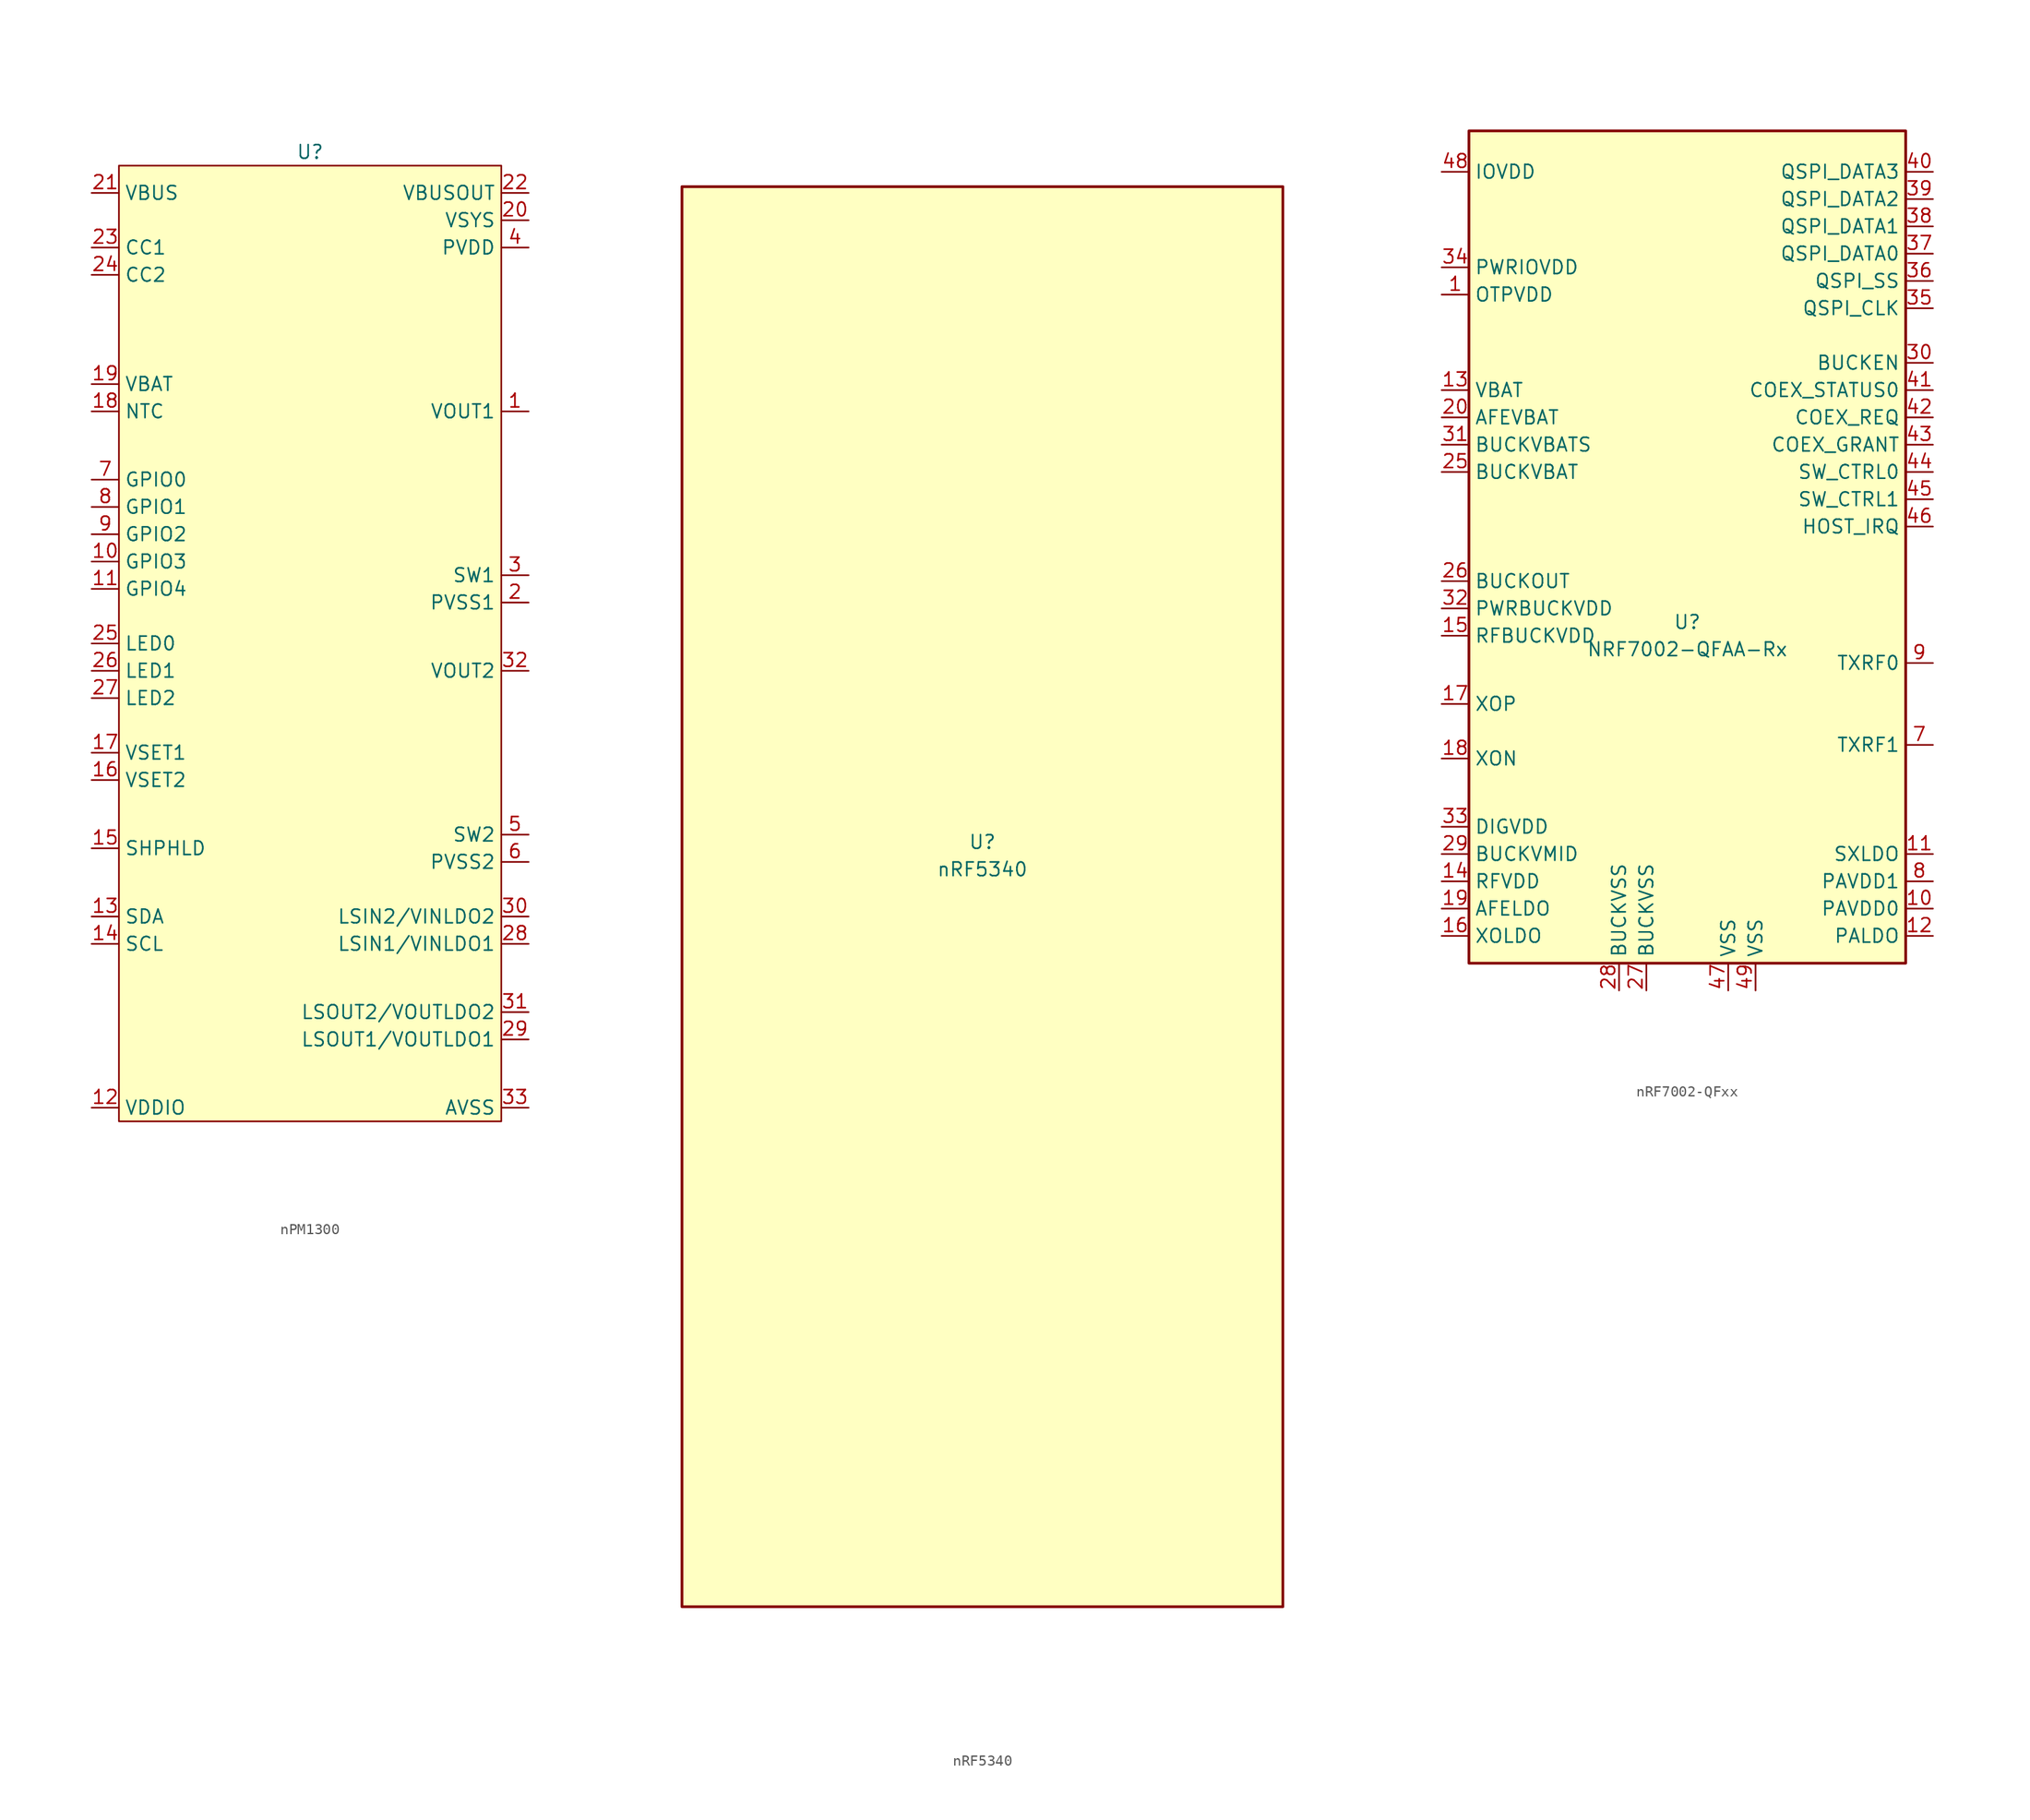
<source format=kicad_sym>
(kicad_symbol_lib
  (version 20231120)
  (generator "kicad_symbol_editor")
  (generator_version "8.0")
  (symbol "nPM1300"
    (property "Reference" "U"
      (at 0 45.72 0)
      (effects (font (size 1.27 1.27))))
    (property "Value" ""
      (at -0.254 45.974 0)
      (effects (font (size 1.27 1.27))))
    (symbol "nPM1300_1_1"
      (rectangle (start -17.78 44.45) (end 17.78 -44.45) (stroke (width 0) (type default)) (fill (type background)))
      (pin power_out line (at 20.32 21.59 180) (length 2.54) (name "VOUT1" (effects (font (size 1.27 1.27)))) (number "1" (effects (font (size 1.27 1.27)))))
      (pin bidirectional line (at -20.32 7.62 0) (length 2.54) (name "GPIO3" (effects (font (size 1.27 1.27)))) (number "10" (effects (font (size 1.27 1.27)))))
      (pin bidirectional line (at -20.32 5.08 0) (length 2.54) (name "GPIO4" (effects (font (size 1.27 1.27)))) (number "11" (effects (font (size 1.27 1.27)))))
      (pin power_in line (at -20.32 -43.18 0) (length 2.54) (name "VDDIO" (effects (font (size 1.27 1.27)))) (number "12" (effects (font (size 1.27 1.27)))))
      (pin bidirectional line (at -20.32 -25.4 0) (length 2.54) (name "SDA" (effects (font (size 1.27 1.27)))) (number "13" (effects (font (size 1.27 1.27)))))
      (pin bidirectional line (at -20.32 -27.94 0) (length 2.54) (name "SCL" (effects (font (size 1.27 1.27)))) (number "14" (effects (font (size 1.27 1.27)))))
      (pin bidirectional line (at -20.32 -19.05 0) (length 2.54) (name "SHPHLD" (effects (font (size 1.27 1.27)))) (number "15" (effects (font (size 1.27 1.27)))))
      (pin passive line (at -20.32 -12.7 0) (length 2.54) (name "VSET2" (effects (font (size 1.27 1.27)))) (number "16" (effects (font (size 1.27 1.27)))))
      (pin passive line (at -20.32 -10.16 0) (length 2.54) (name "VSET1" (effects (font (size 1.27 1.27)))) (number "17" (effects (font (size 1.27 1.27)))))
      (pin passive line (at -20.32 21.59 0) (length 2.54) (name "NTC" (effects (font (size 1.27 1.27)))) (number "18" (effects (font (size 1.27 1.27)))))
      (pin passive line (at -20.32 24.13 0) (length 2.54) (name "VBAT" (effects (font (size 1.27 1.27)))) (number "19" (effects (font (size 1.27 1.27)))))
      (pin passive line (at 20.32 3.81 180) (length 2.54) (name "PVSS1" (effects (font (size 1.27 1.27)))) (number "2" (effects (font (size 1.27 1.27)))))
      (pin power_in line (at 20.32 39.37 180) (length 2.54) (name "VSYS" (effects (font (size 1.27 1.27)))) (number "20" (effects (font (size 1.27 1.27)))))
      (pin power_in line (at -20.32 41.91 0) (length 2.54) (name "VBUS" (effects (font (size 1.27 1.27)))) (number "21" (effects (font (size 1.27 1.27)))))
      (pin power_out line (at 20.32 41.91 180) (length 2.54) (name "VBUSOUT" (effects (font (size 1.27 1.27)))) (number "22" (effects (font (size 1.27 1.27)))))
      (pin bidirectional line (at -20.32 36.83 0) (length 2.54) (name "CC1" (effects (font (size 1.27 1.27)))) (number "23" (effects (font (size 1.27 1.27)))))
      (pin bidirectional line (at -20.32 34.29 0) (length 2.54) (name "CC2" (effects (font (size 1.27 1.27)))) (number "24" (effects (font (size 1.27 1.27)))))
      (pin bidirectional line (at -20.32 0 0) (length 2.54) (name "LED0" (effects (font (size 1.27 1.27)))) (number "25" (effects (font (size 1.27 1.27)))))
      (pin bidirectional line (at -20.32 -2.54 0) (length 2.54) (name "LED1" (effects (font (size 1.27 1.27)))) (number "26" (effects (font (size 1.27 1.27)))))
      (pin bidirectional line (at -20.32 -5.08 0) (length 2.54) (name "LED2" (effects (font (size 1.27 1.27)))) (number "27" (effects (font (size 1.27 1.27)))))
      (pin power_in line (at 20.32 -27.94 180) (length 2.54) (name "LSIN1/VINLDO1" (effects (font (size 1.27 1.27)))) (number "28" (effects (font (size 1.27 1.27)))))
      (pin power_out line (at 20.32 -36.83 180) (length 2.54) (name "LSOUT1/VOUTLDO1" (effects (font (size 1.27 1.27)))) (number "29" (effects (font (size 1.27 1.27)))))
      (pin passive line (at 20.32 6.35 180) (length 2.54) (name "SW1" (effects (font (size 1.27 1.27)))) (number "3" (effects (font (size 1.27 1.27)))))
      (pin power_in line (at 20.32 -25.4 180) (length 2.54) (name "LSIN2/VINLDO2" (effects (font (size 1.27 1.27)))) (number "30" (effects (font (size 1.27 1.27)))))
      (pin power_out line (at 20.32 -34.29 180) (length 2.54) (name "LSOUT2/VOUTLDO2" (effects (font (size 1.27 1.27)))) (number "31" (effects (font (size 1.27 1.27)))))
      (pin power_out line (at 20.32 -2.54 180) (length 2.54) (name "VOUT2" (effects (font (size 1.27 1.27)))) (number "32" (effects (font (size 1.27 1.27)))))
      (pin power_in line (at 20.32 -43.18 180) (length 2.54) (name "AVSS" (effects (font (size 1.27 1.27)))) (number "33" (effects (font (size 1.27 1.27)))))
      (pin power_in line (at 20.32 36.83 180) (length 2.54) (name "PVDD" (effects (font (size 1.27 1.27)))) (number "4" (effects (font (size 1.27 1.27)))))
      (pin passive line (at 20.32 -17.78 180) (length 2.54) (name "SW2" (effects (font (size 1.27 1.27)))) (number "5" (effects (font (size 1.27 1.27)))))
      (pin power_in line (at 20.32 -20.32 180) (length 2.54) (name "PVSS2" (effects (font (size 1.27 1.27)))) (number "6" (effects (font (size 1.27 1.27)))))
      (pin bidirectional line (at -20.32 15.24 0) (length 2.54) (name "GPIO0" (effects (font (size 1.27 1.27)))) (number "7" (effects (font (size 1.27 1.27)))))
      (pin bidirectional line (at -20.32 12.7 0) (length 2.54) (name "GPIO1" (effects (font (size 1.27 1.27)))) (number "8" (effects (font (size 1.27 1.27)))))
      (pin bidirectional line (at -20.32 10.16 0) (length 2.54) (name "GPIO2" (effects (font (size 1.27 1.27)))) (number "9" (effects (font (size 1.27 1.27)))))))
  (symbol "nRF5340"
    (property "Reference" "U"
      (at 0 5.08 0)
      (effects (font (size 1.27 1.27))))
    (property "Value" "nRF5340"
      (at 0 2.54 0)
      (effects (font (size 1.27 1.27))))
    (symbol "nRF5340_0_1"
      (rectangle (start -27.94 66.04) (end 27.94 -66.04) (stroke (width 0.254) (type default)) (fill (type background)))))
  (symbol "nRF7002-QFxx"
    (property "Reference" "U"
      (at 0 -5.08 0)
      (effects (font (size 1.27 1.27))))
    (property "Value" "NRF7002-QFAA-Rx"
      (at 0 -7.62 0)
      (effects (font (size 1.27 1.27))))
    (symbol "nRF7002-QFxx_0_1"
      (rectangle (start -20.32 40.64) (end 20.32 -36.83) (stroke (width 0.254) (type default)) (fill (type background))))
    (symbol "nRF7002-QFxx_1_1"
      (pin input line (at -22.86 25.4 0) (length 2.54) (name "OTPVDD" (effects (font (size 1.27 1.27)))) (number "1" (effects (font (size 1.27 1.27)))))
      (pin input line (at 22.86 -31.75 180) (length 2.54) (name "PAVDD0" (effects (font (size 1.27 1.27)))) (number "10" (effects (font (size 1.27 1.27)))))
      (pin input line (at 22.86 -26.67 180) (length 2.54) (name "SXLDO" (effects (font (size 1.27 1.27)))) (number "11" (effects (font (size 1.27 1.27)))))
      (pin input line (at 22.86 -34.29 180) (length 2.54) (name "PALDO" (effects (font (size 1.27 1.27)))) (number "12" (effects (font (size 1.27 1.27)))))
      (pin input line (at -22.86 16.51 0) (length 2.54) (name "VBAT" (effects (font (size 1.27 1.27)))) (number "13" (effects (font (size 1.27 1.27)))))
      (pin input line (at -22.86 -29.21 0) (length 2.54) (name "RFVDD" (effects (font (size 1.27 1.27)))) (number "14" (effects (font (size 1.27 1.27)))))
      (pin input line (at -22.86 -6.35 0) (length 2.54) (name "RFBUCKVDD" (effects (font (size 1.27 1.27)))) (number "15" (effects (font (size 1.27 1.27)))))
      (pin input line (at -22.86 -34.29 0) (length 2.54) (name "XOLDO" (effects (font (size 1.27 1.27)))) (number "16" (effects (font (size 1.27 1.27)))))
      (pin input line (at -22.86 -12.7 0) (length 2.54) (name "XOP" (effects (font (size 1.27 1.27)))) (number "17" (effects (font (size 1.27 1.27)))))
      (pin input line (at -22.86 -17.78 0) (length 2.54) (name "XON" (effects (font (size 1.27 1.27)))) (number "18" (effects (font (size 1.27 1.27)))))
      (pin input line (at -22.86 -31.75 0) (length 2.54) (name "AFELDO" (effects (font (size 1.27 1.27)))) (number "19" (effects (font (size 1.27 1.27)))))
      (pin no_connect line (at -2.54 5.08 180) (length 2.54) hide (name "N.C." (effects (font (size 1.27 1.27)))) (number "2" (effects (font (size 1.27 1.27)))))
      (pin input line (at -22.86 13.97 0) (length 2.54) (name "AFEVBAT" (effects (font (size 1.27 1.27)))) (number "20" (effects (font (size 1.27 1.27)))))
      (pin no_connect line (at -2.54 2.54 180) (length 2.54) hide (name "N.C." (effects (font (size 1.27 1.27)))) (number "21" (effects (font (size 1.27 1.27)))))
      (pin no_connect line (at -2.54 7.62 180) (length 2.54) hide (name "N.C." (effects (font (size 1.27 1.27)))) (number "22" (effects (font (size 1.27 1.27)))))
      (pin no_connect line (at -2.54 10.16 180) (length 2.54) hide (name "N.C." (effects (font (size 1.27 1.27)))) (number "23" (effects (font (size 1.27 1.27)))))
      (pin no_connect line (at -2.54 12.7 180) (length 2.54) hide (name "N.C." (effects (font (size 1.27 1.27)))) (number "24" (effects (font (size 1.27 1.27)))))
      (pin input line (at -22.86 8.89 0) (length 2.54) (name "BUCKVBAT" (effects (font (size 1.27 1.27)))) (number "25" (effects (font (size 1.27 1.27)))))
      (pin input line (at -22.86 -1.27 0) (length 2.54) (name "BUCKOUT" (effects (font (size 1.27 1.27)))) (number "26" (effects (font (size 1.27 1.27)))))
      (pin input line (at -3.81 -39.37 90) (length 2.54) (name "BUCKVSS" (effects (font (size 1.27 1.27)))) (number "27" (effects (font (size 1.27 1.27)))))
      (pin input line (at -6.35 -39.37 90) (length 2.54) (name "BUCKVSS" (effects (font (size 1.27 1.27)))) (number "28" (effects (font (size 1.27 1.27)))))
      (pin input line (at -22.86 -26.67 0) (length 2.54) (name "BUCKVMID" (effects (font (size 1.27 1.27)))) (number "29" (effects (font (size 1.27 1.27)))))
      (pin no_connect line (at -2.54 15.24 180) (length 2.54) hide (name "N.C." (effects (font (size 1.27 1.27)))) (number "3" (effects (font (size 1.27 1.27)))))
      (pin input line (at 22.86 19.05 180) (length 2.54) (name "BUCKEN" (effects (font (size 1.27 1.27)))) (number "30" (effects (font (size 1.27 1.27)))))
      (pin input line (at -22.86 11.43 0) (length 2.54) (name "BUCKVBATS" (effects (font (size 1.27 1.27)))) (number "31" (effects (font (size 1.27 1.27)))))
      (pin input line (at -22.86 -3.81 0) (length 2.54) (name "PWRBUCKVDD" (effects (font (size 1.27 1.27)))) (number "32" (effects (font (size 1.27 1.27)))))
      (pin input line (at -22.86 -24.13 0) (length 2.54) (name "DIGVDD" (effects (font (size 1.27 1.27)))) (number "33" (effects (font (size 1.27 1.27)))))
      (pin input line (at -22.86 27.94 0) (length 2.54) (name "PWRIOVDD" (effects (font (size 1.27 1.27)))) (number "34" (effects (font (size 1.27 1.27)))))
      (pin input line (at 22.86 24.13 180) (length 2.54) (name "QSPI_CLK" (effects (font (size 1.27 1.27)))) (number "35" (effects (font (size 1.27 1.27)))))
      (pin input line (at 22.86 26.67 180) (length 2.54) (name "QSPI_SS" (effects (font (size 1.27 1.27)))) (number "36" (effects (font (size 1.27 1.27)))))
      (pin input line (at 22.86 29.21 180) (length 2.54) (name "QSPI_DATA0" (effects (font (size 1.27 1.27)))) (number "37" (effects (font (size 1.27 1.27)))))
      (pin input line (at 22.86 31.75 180) (length 2.54) (name "QSPI_DATA1" (effects (font (size 1.27 1.27)))) (number "38" (effects (font (size 1.27 1.27)))))
      (pin input line (at 22.86 34.29 180) (length 2.54) (name "QSPI_DATA2" (effects (font (size 1.27 1.27)))) (number "39" (effects (font (size 1.27 1.27)))))
      (pin no_connect line (at -2.54 17.78 180) (length 2.54) hide (name "N.C." (effects (font (size 1.27 1.27)))) (number "4" (effects (font (size 1.27 1.27)))))
      (pin input line (at 22.86 36.83 180) (length 2.54) (name "QSPI_DATA3" (effects (font (size 1.27 1.27)))) (number "40" (effects (font (size 1.27 1.27)))))
      (pin input line (at 22.86 16.51 180) (length 2.54) (name "COEX_STATUS0" (effects (font (size 1.27 1.27)))) (number "41" (effects (font (size 1.27 1.27)))))
      (pin input line (at 22.86 13.97 180) (length 2.54) (name "COEX_REQ" (effects (font (size 1.27 1.27)))) (number "42" (effects (font (size 1.27 1.27)))))
      (pin input line (at 22.86 11.43 180) (length 2.54) (name "COEX_GRANT" (effects (font (size 1.27 1.27)))) (number "43" (effects (font (size 1.27 1.27)))))
      (pin input line (at 22.86 8.89 180) (length 2.54) (name "SW_CTRL0" (effects (font (size 1.27 1.27)))) (number "44" (effects (font (size 1.27 1.27)))))
      (pin input line (at 22.86 6.35 180) (length 2.54) (name "SW_CTRL1" (effects (font (size 1.27 1.27)))) (number "45" (effects (font (size 1.27 1.27)))))
      (pin input line (at 22.86 3.81 180) (length 2.54) (name "HOST_IRQ" (effects (font (size 1.27 1.27)))) (number "46" (effects (font (size 1.27 1.27)))))
      (pin input line (at 3.81 -39.37 90) (length 2.54) (name "VSS" (effects (font (size 1.27 1.27)))) (number "47" (effects (font (size 1.27 1.27)))))
      (pin input line (at -22.86 36.83 0) (length 2.54) (name "IOVDD" (effects (font (size 1.27 1.27)))) (number "48" (effects (font (size 1.27 1.27)))))
      (pin input line (at 6.35 -39.37 90) (length 2.54) (name "VSS" (effects (font (size 1.27 1.27)))) (number "49" (effects (font (size 1.27 1.27)))))
      (pin no_connect line (at -2.54 20.32 180) (length 2.54) hide (name "N.C." (effects (font (size 1.27 1.27)))) (number "5" (effects (font (size 1.27 1.27)))))
      (pin no_connect line (at -2.54 22.86 180) (length 2.54) hide (name "N.C." (effects (font (size 1.27 1.27)))) (number "6" (effects (font (size 1.27 1.27)))))
      (pin output line (at 22.86 -16.51 180) (length 2.54) (name "TXRF1" (effects (font (size 1.27 1.27)))) (number "7" (effects (font (size 1.27 1.27)))))
      (pin input line (at 22.86 -29.21 180) (length 2.54) (name "PAVDD1" (effects (font (size 1.27 1.27)))) (number "8" (effects (font (size 1.27 1.27)))))
      (pin output line (at 22.86 -8.89 180) (length 2.54) (name "TXRF0" (effects (font (size 1.27 1.27)))) (number "9" (effects (font (size 1.27 1.27))))))))
</source>
